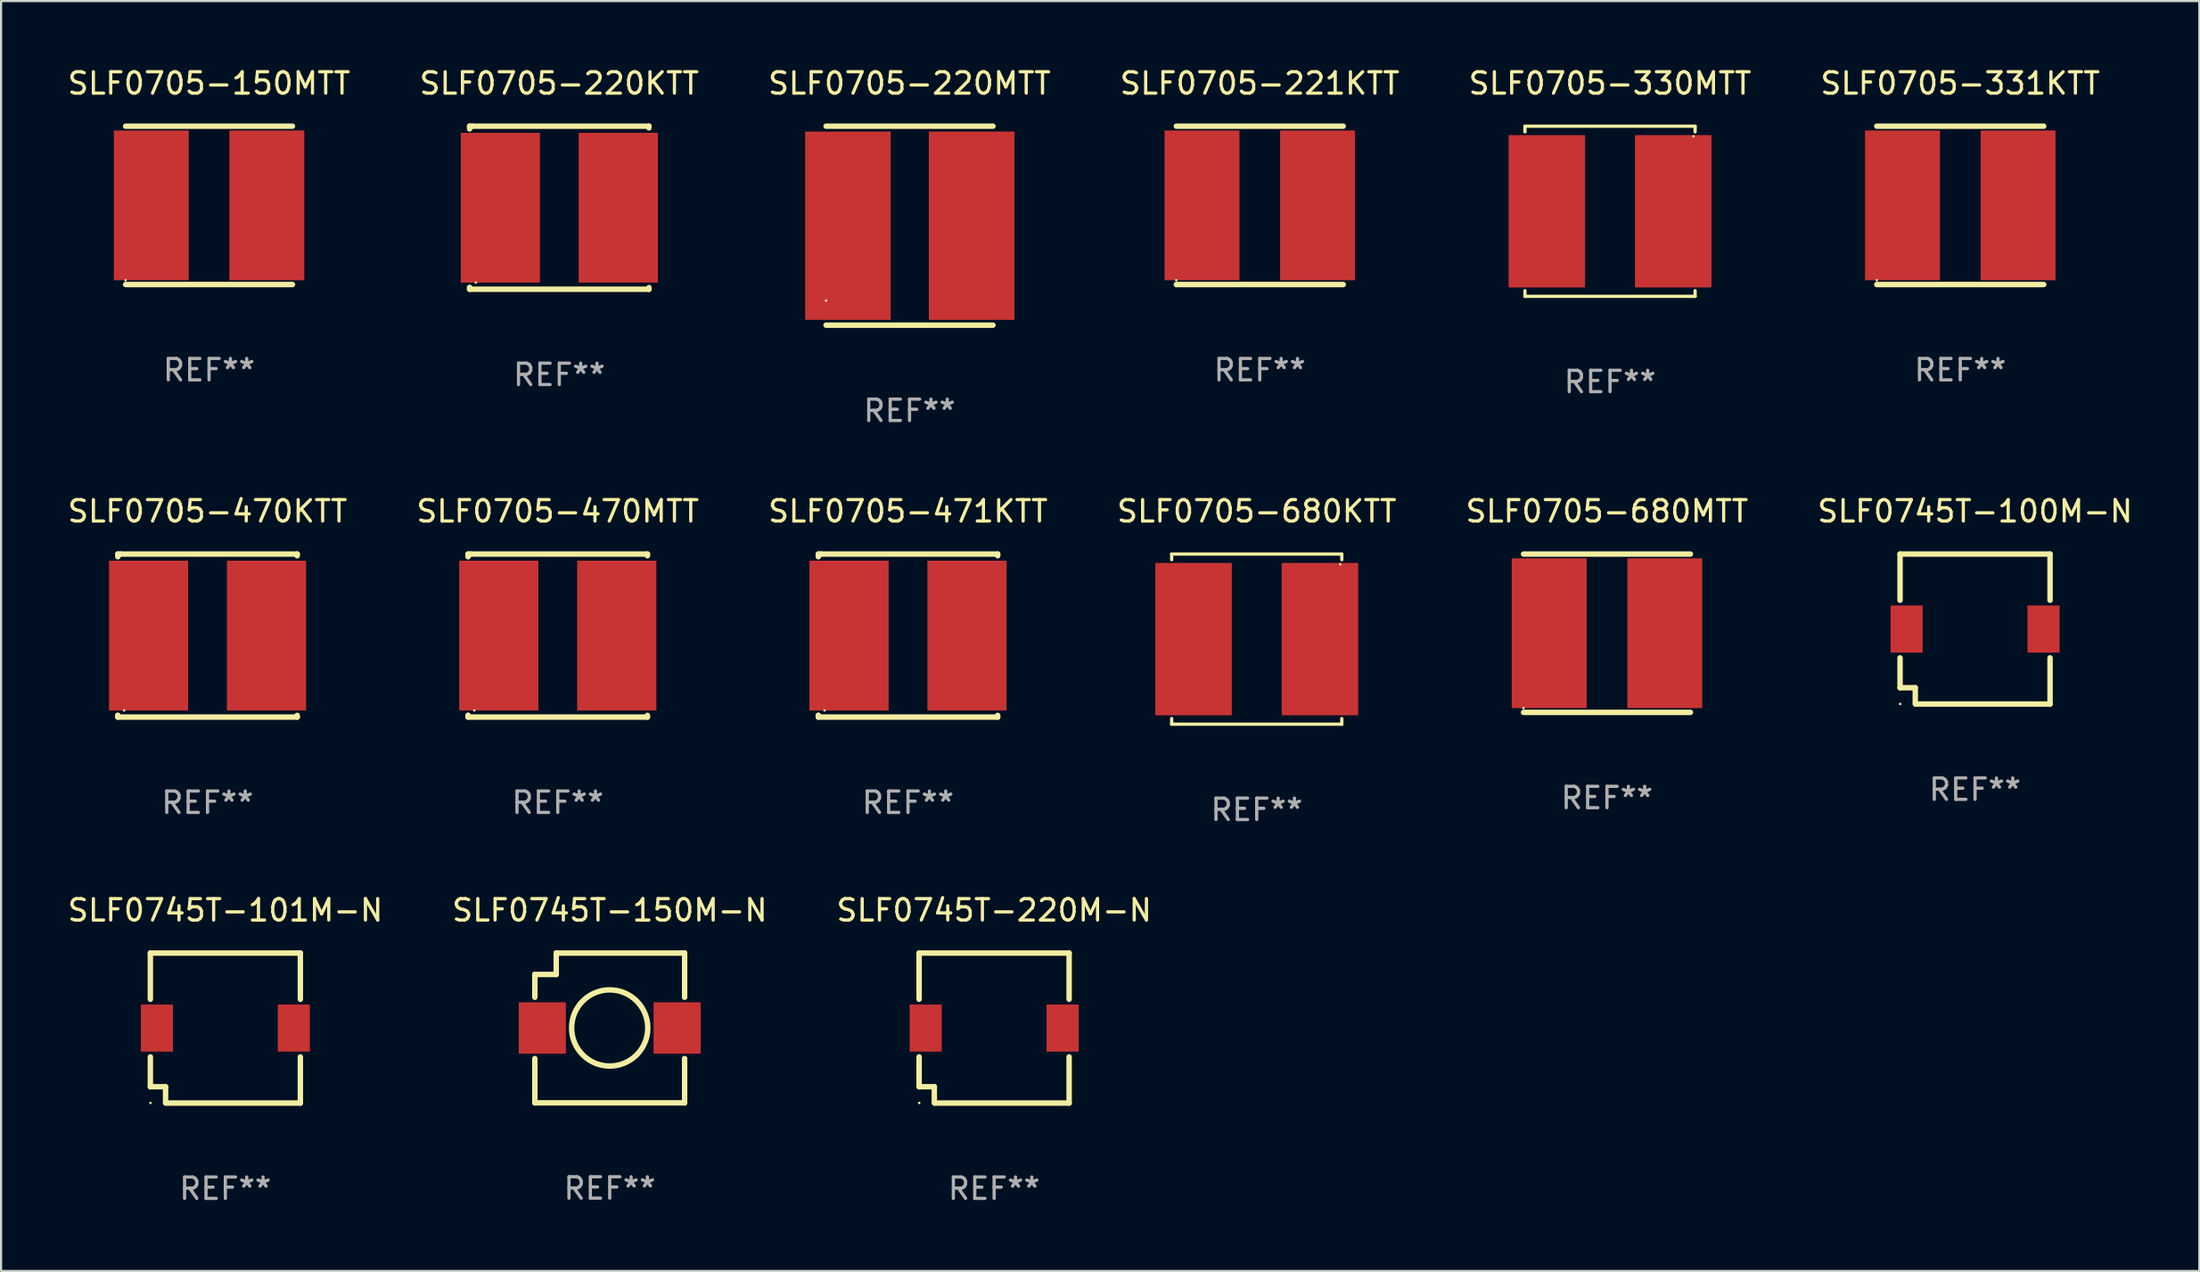
<source format=kicad_pcb>
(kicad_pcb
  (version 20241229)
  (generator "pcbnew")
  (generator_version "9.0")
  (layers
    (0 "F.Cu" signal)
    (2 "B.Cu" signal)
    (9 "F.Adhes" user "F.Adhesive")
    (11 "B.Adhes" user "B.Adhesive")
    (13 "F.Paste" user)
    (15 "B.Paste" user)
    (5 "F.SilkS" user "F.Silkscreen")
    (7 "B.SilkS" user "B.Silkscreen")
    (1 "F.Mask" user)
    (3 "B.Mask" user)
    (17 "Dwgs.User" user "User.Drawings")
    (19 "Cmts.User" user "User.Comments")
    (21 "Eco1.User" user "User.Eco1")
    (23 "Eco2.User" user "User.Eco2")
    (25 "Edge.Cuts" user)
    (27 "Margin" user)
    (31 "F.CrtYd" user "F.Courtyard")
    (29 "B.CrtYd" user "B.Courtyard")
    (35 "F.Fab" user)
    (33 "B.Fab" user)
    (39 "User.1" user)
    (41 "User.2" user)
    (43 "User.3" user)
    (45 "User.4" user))
  (footprint "SLF0705-680KTT"
    (layer "F.Cu")
    (at 55.685 26.821)
    (property "Reference" "SLF0705-680KTT" (at 0 -5.976 0) (layer "F.SilkS") (effects (font (size 1 1) (thickness 0.15))))
    (attr through_hole)
    (fp_line (start -3.976 -3.976) (end 3.976 -3.976) (stroke (width 0.152) (type solid)) (layer "F.SilkS"))
    (fp_line (start -3.976 -3.712) (end -3.976 -3.976) (stroke (width 0.152) (type solid)) (layer "F.SilkS"))
    (fp_line (start -3.976 3.712) (end -3.976 3.976) (stroke (width 0.152) (type solid)) (layer "F.SilkS"))
    (fp_line (start -3.976 3.976) (end 3.976 3.976) (stroke (width 0.152) (type solid)) (layer "F.SilkS"))
    (fp_line (start 3.976 -3.976) (end 3.976 -3.712) (stroke (width 0.152) (type solid)) (layer "F.SilkS"))
    (fp_line (start 3.976 3.976) (end 3.976 3.712) (stroke (width 0.152) (type solid)) (layer "F.SilkS"))
    (fp_circle (center 3.9 -3.5) (end 3.93 -3.5) (stroke (width 0.06) (type solid)) (fill no) (layer "F.SilkS"))
    (fp_text user "REF**" (at 0 7.976 0) (layer "F.Fab") (effects (font (size 1 1) (thickness 0.15))))
    (pad "1" smd rect (at 2.953 0) (size 3.574 7.12) (layers "F.Cu" "F.Mask" "F.Paste"))
    (pad "2" smd rect (at -2.953 0) (size 3.574 7.12) (layers "F.Cu" "F.Mask" "F.Paste")))
  (footprint "SLF0705-330MTT"
    (layer "F.Cu")
    (at 72.196 6.824)
    (property "Reference" "SLF0705-330MTT" (at 0 -5.976 0) (layer "F.SilkS") (effects (font (size 1 1) (thickness 0.15))))
    (attr through_hole)
    (fp_line (start -3.976 -3.976) (end 3.976 -3.976) (stroke (width 0.152) (type solid)) (layer "F.SilkS"))
    (fp_line (start -3.976 -3.712) (end -3.976 -3.976) (stroke (width 0.152) (type solid)) (layer "F.SilkS"))
    (fp_line (start -3.976 3.712) (end -3.976 3.976) (stroke (width 0.152) (type solid)) (layer "F.SilkS"))
    (fp_line (start -3.976 3.976) (end 3.976 3.976) (stroke (width 0.152) (type solid)) (layer "F.SilkS"))
    (fp_line (start 3.976 -3.976) (end 3.976 -3.712) (stroke (width 0.152) (type solid)) (layer "F.SilkS"))
    (fp_line (start 3.976 3.976) (end 3.976 3.712) (stroke (width 0.152) (type solid)) (layer "F.SilkS"))
    (fp_circle (center 3.9 -3.5) (end 3.93 -3.5) (stroke (width 0.06) (type solid)) (fill no) (layer "F.SilkS"))
    (fp_text user "REF**" (at 0 7.976 0) (layer "F.Fab") (effects (font (size 1 1) (thickness 0.15))))
    (pad "1" smd rect (at 2.953 0) (size 3.574 7.12) (layers "F.Cu" "F.Mask" "F.Paste"))
    (pad "2" smd rect (at -2.953 0) (size 3.574 7.12) (layers "F.Cu" "F.Mask" "F.Paste")))
  (footprint "SLF0705-221KTT"
    (layer "F.Cu")
    (at 55.827 6.548)
    (property "Reference" "SLF0705-221KTT" (at 0 -5.7 0) (layer "F.SilkS") (effects (font (size 1 1) (thickness 0.15))))
    (attr through_hole)
    (fp_line (start -3.9 -3.7) (end 3.9 -3.7) (stroke (width 0.254) (type solid)) (layer "F.SilkS"))
    (fp_line (start -3.9 3.7) (end 3.9 3.7) (stroke (width 0.254) (type solid)) (layer "F.SilkS"))
    (fp_circle (center -3.9 3.5) (end -3.87 3.5) (stroke (width 0.06) (type solid)) (fill no) (layer "F.SilkS"))
    (fp_text user "REF**" (at 0 7.7 0) (layer "F.Fab") (effects (font (size 1 1) (thickness 0.15))))
    (pad "1" smd rect (at -2.7 0) (size 3.5 7) (layers "F.Cu" "F.Mask" "F.Paste"))
    (pad "2" smd rect (at 2.7 0) (size 3.5 7) (layers "F.Cu" "F.Mask" "F.Paste")))
  (footprint "SLF0745T-100M-N"
    (layer "F.Cu")
    (at 89.256 26.35)
    (property "Reference" "SLF0745T-100M-N" (at 0 -5.505 0) (layer "F.SilkS") (effects (font (size 1 1) (thickness 0.15))))
    (attr through_hole)
    (fp_line (start -3.505 -3.505) (end 3.505 -3.505) (stroke (width 0.254) (type solid)) (layer "F.SilkS"))
    (fp_line (start -3.505 -1.346) (end -3.505 -3.505) (stroke (width 0.254) (type solid)) (layer "F.SilkS"))
    (fp_line (start -3.505 1.346) (end -3.505 2.743) (stroke (width 0.254) (type solid)) (layer "F.SilkS"))
    (fp_line (start -3.505 2.743) (end -2.794 2.743) (stroke (width 0.254) (type solid)) (layer "F.SilkS"))
    (fp_line (start -2.794 2.743) (end -2.794 3.505) (stroke (width 0.254) (type solid)) (layer "F.SilkS"))
    (fp_line (start -2.743 3.505) (end 3.505 3.505) (stroke (width 0.254) (type solid)) (layer "F.SilkS"))
    (fp_line (start 3.505 -3.505) (end 3.505 -1.346) (stroke (width 0.254) (type solid)) (layer "F.SilkS"))
    (fp_line (start 3.505 3.505) (end 3.505 1.346) (stroke (width 0.254) (type solid)) (layer "F.SilkS"))
    (fp_circle (center -3.499 3.5) (end -3.469 3.5) (stroke (width 0.06) (type solid)) (fill no) (layer "F.SilkS"))
    (fp_text user "REF**" (at 0 7.505 0) (layer "F.Fab") (effects (font (size 1 1) (thickness 0.15))))
    (pad "1" smd rect (at -3.199 0.000127 90) (size 2.2 1.5) (layers "F.Cu" "F.Mask" "F.Paste"))
    (pad "2" smd rect (at 3.201 0.000127 90) (size 2.2 1.5) (layers "F.Cu" "F.Mask" "F.Paste")))
  (footprint "SLF0705-331KTT"
    (layer "F.Cu")
    (at 88.565 6.548)
    (property "Reference" "SLF0705-331KTT" (at 0 -5.7 0) (layer "F.SilkS") (effects (font (size 1 1) (thickness 0.15))))
    (attr through_hole)
    (fp_line (start -3.9 -3.7) (end 3.9 -3.7) (stroke (width 0.254) (type solid)) (layer "F.SilkS"))
    (fp_line (start -3.9 3.7) (end 3.9 3.7) (stroke (width 0.254) (type solid)) (layer "F.SilkS"))
    (fp_circle (center -3.9 3.5) (end -3.87 3.5) (stroke (width 0.06) (type solid)) (fill no) (layer "F.SilkS"))
    (fp_text user "REF**" (at 0 7.7 0) (layer "F.Fab") (effects (font (size 1 1) (thickness 0.15))))
    (pad "1" smd rect (at -2.7 0) (size 3.5 7) (layers "F.Cu" "F.Mask" "F.Paste"))
    (pad "2" smd rect (at 2.7 0) (size 3.5 7) (layers "F.Cu" "F.Mask" "F.Paste")))
  (footprint "SLF0705-150MTT"
    (layer "F.Cu")
    (at 6.72 6.548)
    (property "Reference" "SLF0705-150MTT" (at 0 -5.7 0) (layer "F.SilkS") (effects (font (size 1 1) (thickness 0.15))))
    (attr through_hole)
    (fp_line (start -3.9 -3.7) (end 3.9 -3.7) (stroke (width 0.254) (type solid)) (layer "F.SilkS"))
    (fp_line (start -3.9 3.7) (end 3.9 3.7) (stroke (width 0.254) (type solid)) (layer "F.SilkS"))
    (fp_circle (center -3.9 3.5) (end -3.87 3.5) (stroke (width 0.06) (type solid)) (fill no) (layer "F.SilkS"))
    (fp_text user "REF**" (at 0 7.7 0) (layer "F.Fab") (effects (font (size 1 1) (thickness 0.15))))
    (pad "1" smd rect (at -2.7 0) (size 3.5 7) (layers "F.Cu" "F.Mask" "F.Paste"))
    (pad "2" smd rect (at 2.7 0) (size 3.5 7) (layers "F.Cu" "F.Mask" "F.Paste")))
  (footprint "SLF0745T-101M-N"
    (layer "F.Cu")
    (at 7.482 44.999)
    (property "Reference" "SLF0745T-101M-N" (at 0 -5.505 0) (layer "F.SilkS") (effects (font (size 1 1) (thickness 0.15))))
    (attr through_hole)
    (fp_line (start -3.505 -3.505) (end 3.505 -3.505) (stroke (width 0.254) (type solid)) (layer "F.SilkS"))
    (fp_line (start -3.505 -1.346) (end -3.505 -3.505) (stroke (width 0.254) (type solid)) (layer "F.SilkS"))
    (fp_line (start -3.505 1.346) (end -3.505 2.743) (stroke (width 0.254) (type solid)) (layer "F.SilkS"))
    (fp_line (start -3.505 2.743) (end -2.794 2.743) (stroke (width 0.254) (type solid)) (layer "F.SilkS"))
    (fp_line (start -2.794 2.743) (end -2.794 3.505) (stroke (width 0.254) (type solid)) (layer "F.SilkS"))
    (fp_line (start -2.743 3.505) (end 3.505 3.505) (stroke (width 0.254) (type solid)) (layer "F.SilkS"))
    (fp_line (start 3.505 -3.505) (end 3.505 -1.346) (stroke (width 0.254) (type solid)) (layer "F.SilkS"))
    (fp_line (start 3.505 3.505) (end 3.505 1.346) (stroke (width 0.254) (type solid)) (layer "F.SilkS"))
    (fp_circle (center -3.499 3.5) (end -3.469 3.5) (stroke (width 0.06) (type solid)) (fill no) (layer "F.SilkS"))
    (fp_text user "REF**" (at 0 7.505 0) (layer "F.Fab") (effects (font (size 1 1) (thickness 0.15))))
    (pad "1" smd rect (at -3.199 0.000127 90) (size 2.2 1.5) (layers "F.Cu" "F.Mask" "F.Paste"))
    (pad "2" smd rect (at 3.201 0.000127 90) (size 2.2 1.5) (layers "F.Cu" "F.Mask" "F.Paste")))
  (footprint "SLF0705-470MTT"
    (layer "F.Cu")
    (at 23.018 26.655)
    (property "Reference" "SLF0705-470MTT" (at 0 -5.81 0) (layer "F.SilkS") (effects (font (size 1 1) (thickness 0.15))))
    (attr through_hole)
    (fp_line (start -4.191 3.73) (end -4.191 3.731) (stroke (width 0.254) (type solid)) (layer "F.SilkS"))
    (fp_line (start -4.191 -3.81) (end -4.191 -3.683) (stroke (width 0.254) (type solid)) (layer "F.SilkS"))
    (fp_line (start -4.191 3.81) (end -4.191 3.731) (stroke (width 0.254) (type solid)) (layer "F.SilkS"))
    (fp_line (start -4.064 -3.81) (end -4.191 -3.81) (stroke (width 0.254) (type solid)) (layer "F.SilkS"))
    (fp_line (start -4.064 -3.81) (end 4.191 -3.81) (stroke (width 0.254) (type solid)) (layer "F.SilkS"))
    (fp_line (start 4.191 -3.81) (end 4.191 -3.731) (stroke (width 0.254) (type solid)) (layer "F.SilkS"))
    (fp_line (start 4.191 3.731) (end 4.191 3.81) (stroke (width 0.254) (type solid)) (layer "F.SilkS"))
    (fp_line (start 4.191 3.81) (end -4.191 3.81) (stroke (width 0.254) (type solid)) (layer "F.SilkS"))
    (fp_circle (center -3.9 3.5) (end -3.87 3.5) (stroke (width 0.06) (type solid)) (fill no) (layer "F.SilkS"))
    (fp_text user "REF**" (at 0 7.81 0) (layer "F.Fab") (effects (font (size 1 1) (thickness 0.15))))
    (pad "1" smd rect (at -2.756 0) (size 3.7 7) (layers "F.Cu" "F.Mask" "F.Paste"))
    (pad "2" smd rect (at 2.756 0) (size 3.7 7) (layers "F.Cu" "F.Mask" "F.Paste")))
  (footprint "SLF0705-220MTT"
    (layer "F.Cu")
    (at 39.458 7.498)
    (property "Reference" "SLF0705-220MTT" (at 0 -6.65 0) (layer "F.SilkS") (effects (font (size 1 1) (thickness 0.15))))
    (attr through_hole)
    (fp_line (start -3.9 -4.65) (end 3.9 -4.65) (stroke (width 0.254) (type solid)) (layer "F.SilkS"))
    (fp_line (start -3.9 4.65) (end 3.9 4.65) (stroke (width 0.254) (type solid)) (layer "F.SilkS"))
    (fp_circle (center -3.9 3.5) (end -3.87 3.5) (stroke (width 0.06) (type solid)) (fill no) (layer "F.SilkS"))
    (fp_text user "REF**" (at 0 8.65 0) (layer "F.Fab") (effects (font (size 1 1) (thickness 0.15))))
    (pad "1" smd rect (at -2.879 0) (size 4 8.8) (layers "F.Cu" "F.Mask" "F.Paste"))
    (pad "2" smd rect (at 2.902 0) (size 4 8.8) (layers "F.Cu" "F.Mask" "F.Paste")))
  (footprint "SLF0745T-220M-N"
    (layer "F.Cu")
    (at 43.411 44.999)
    (property "Reference" "SLF0745T-220M-N" (at 0 -5.505 0) (layer "F.SilkS") (effects (font (size 1 1) (thickness 0.15))))
    (attr through_hole)
    (fp_line (start -3.505 -3.505) (end 3.505 -3.505) (stroke (width 0.254) (type solid)) (layer "F.SilkS"))
    (fp_line (start -3.505 -1.346) (end -3.505 -3.505) (stroke (width 0.254) (type solid)) (layer "F.SilkS"))
    (fp_line (start -3.505 1.346) (end -3.505 2.743) (stroke (width 0.254) (type solid)) (layer "F.SilkS"))
    (fp_line (start -3.505 2.743) (end -2.794 2.743) (stroke (width 0.254) (type solid)) (layer "F.SilkS"))
    (fp_line (start -2.794 2.743) (end -2.794 3.505) (stroke (width 0.254) (type solid)) (layer "F.SilkS"))
    (fp_line (start -2.743 3.505) (end 3.505 3.505) (stroke (width 0.254) (type solid)) (layer "F.SilkS"))
    (fp_line (start 3.505 -3.505) (end 3.505 -1.346) (stroke (width 0.254) (type solid)) (layer "F.SilkS"))
    (fp_line (start 3.505 3.505) (end 3.505 1.346) (stroke (width 0.254) (type solid)) (layer "F.SilkS"))
    (fp_circle (center -3.499 3.5) (end -3.469 3.5) (stroke (width 0.06) (type solid)) (fill no) (layer "F.SilkS"))
    (fp_text user "REF**" (at 0 7.505 0) (layer "F.Fab") (effects (font (size 1 1) (thickness 0.15))))
    (pad "1" smd rect (at -3.199 0.000127 90) (size 2.2 1.5) (layers "F.Cu" "F.Mask" "F.Paste"))
    (pad "2" smd rect (at 3.201 0.000127 90) (size 2.2 1.5) (layers "F.Cu" "F.Mask" "F.Paste")))
  (footprint "SLF0705-220KTT"
    (layer "F.Cu")
    (at 23.089 6.658)
    (property "Reference" "SLF0705-220KTT" (at 0 -5.81 0) (layer "F.SilkS") (effects (font (size 1 1) (thickness 0.15))))
    (attr through_hole)
    (fp_line (start -4.191 3.73) (end -4.191 3.731) (stroke (width 0.254) (type solid)) (layer "F.SilkS"))
    (fp_line (start -4.191 -3.81) (end -4.191 -3.683) (stroke (width 0.254) (type solid)) (layer "F.SilkS"))
    (fp_line (start -4.191 3.81) (end -4.191 3.731) (stroke (width 0.254) (type solid)) (layer "F.SilkS"))
    (fp_line (start -4.064 -3.81) (end -4.191 -3.81) (stroke (width 0.254) (type solid)) (layer "F.SilkS"))
    (fp_line (start -4.064 -3.81) (end 4.191 -3.81) (stroke (width 0.254) (type solid)) (layer "F.SilkS"))
    (fp_line (start 4.191 -3.81) (end 4.191 -3.731) (stroke (width 0.254) (type solid)) (layer "F.SilkS"))
    (fp_line (start 4.191 3.731) (end 4.191 3.81) (stroke (width 0.254) (type solid)) (layer "F.SilkS"))
    (fp_line (start 4.191 3.81) (end -4.191 3.81) (stroke (width 0.254) (type solid)) (layer "F.SilkS"))
    (fp_circle (center -3.9 3.5) (end -3.87 3.5) (stroke (width 0.06) (type solid)) (fill no) (layer "F.SilkS"))
    (fp_text user "REF**" (at 0 7.81 0) (layer "F.Fab") (effects (font (size 1 1) (thickness 0.15))))
    (pad "1" smd rect (at -2.756 0) (size 3.7 7) (layers "F.Cu" "F.Mask" "F.Paste"))
    (pad "2" smd rect (at 2.756 0) (size 3.7 7) (layers "F.Cu" "F.Mask" "F.Paste")))
  (footprint "SLF0705-680MTT"
    (layer "F.Cu")
    (at 72.054 26.545)
    (property "Reference" "SLF0705-680MTT" (at 0 -5.7 0) (layer "F.SilkS") (effects (font (size 1 1) (thickness 0.15))))
    (attr through_hole)
    (fp_line (start -3.9 -3.7) (end 3.9 -3.7) (stroke (width 0.254) (type solid)) (layer "F.SilkS"))
    (fp_line (start -3.9 3.7) (end 3.9 3.7) (stroke (width 0.254) (type solid)) (layer "F.SilkS"))
    (fp_circle (center -3.9 3.5) (end -3.87 3.5) (stroke (width 0.06) (type solid)) (fill no) (layer "F.SilkS"))
    (fp_text user "REF**" (at 0 7.7 0) (layer "F.Fab") (effects (font (size 1 1) (thickness 0.15))))
    (pad "1" smd rect (at -2.7 0) (size 3.5 7) (layers "F.Cu" "F.Mask" "F.Paste"))
    (pad "2" smd rect (at 2.7 0) (size 3.5 7) (layers "F.Cu" "F.Mask" "F.Paste")))
  (footprint "SLF0745T-150M-N"
    (layer "F.Cu")
    (at 25.446 44.994)
    (property "Reference" "SLF0745T-150M-N" (at 0 -5.5 0) (layer "F.SilkS") (effects (font (size 1 1) (thickness 0.15))))
    (attr through_hole)
    (fp_line (start -3.5 -2.5) (end -3.5 -1.431) (stroke (width 0.254) (type solid)) (layer "F.SilkS"))
    (fp_line (start -3.5 1.431) (end -3.5 3.5) (stroke (width 0.254) (type solid)) (layer "F.SilkS"))
    (fp_line (start -3.5 3.5) (end 3.5 3.5) (stroke (width 0.254) (type solid)) (layer "F.SilkS"))
    (fp_line (start -2.5 -3.5) (end -2.5 -2.5) (stroke (width 0.254) (type solid)) (layer "F.SilkS"))
    (fp_line (start -2.5 -2.5) (end -3.5 -2.5) (stroke (width 0.254) (type solid)) (layer "F.SilkS"))
    (fp_line (start 3.5 -3.5) (end -2.5 -3.5) (stroke (width 0.254) (type solid)) (layer "F.SilkS"))
    (fp_line (start 3.5 -1.431) (end 3.5 -3.5) (stroke (width 0.254) (type solid)) (layer "F.SilkS"))
    (fp_line (start 3.5 3.5) (end 3.5 1.431) (stroke (width 0.254) (type solid)) (layer "F.SilkS"))
    (fp_circle (center -3.5 3.5) (end -3.47 3.5) (stroke (width 0.06) (type solid)) (fill no) (layer "F.SilkS"))
    (fp_circle (center -0.000127 0) (end 1.78 0) (stroke (width 0.254) (type solid)) (fill no) (layer "F.SilkS"))
    (fp_text user "REF**" (at 0 7.5 0) (layer "F.Fab") (effects (font (size 1 1) (thickness 0.15))))
    (pad "1" smd rect (at -3.15 0) (size 2.2 2.4) (layers "F.Cu" "F.Mask" "F.Paste"))
    (pad "2" smd rect (at 3.15 0) (size 2.2 2.4) (layers "F.Cu" "F.Mask" "F.Paste")))
  (footprint "SLF0705-471KTT"
    (layer "F.Cu")
    (at 39.387 26.655)
    (property "Reference" "SLF0705-471KTT" (at 0 -5.81 0) (layer "F.SilkS") (effects (font (size 1 1) (thickness 0.15))))
    (attr through_hole)
    (fp_line (start -4.191 3.73) (end -4.191 3.731) (stroke (width 0.254) (type solid)) (layer "F.SilkS"))
    (fp_line (start -4.191 -3.81) (end -4.191 -3.683) (stroke (width 0.254) (type solid)) (layer "F.SilkS"))
    (fp_line (start -4.191 3.81) (end -4.191 3.731) (stroke (width 0.254) (type solid)) (layer "F.SilkS"))
    (fp_line (start -4.064 -3.81) (end -4.191 -3.81) (stroke (width 0.254) (type solid)) (layer "F.SilkS"))
    (fp_line (start -4.064 -3.81) (end 4.191 -3.81) (stroke (width 0.254) (type solid)) (layer "F.SilkS"))
    (fp_line (start 4.191 -3.81) (end 4.191 -3.731) (stroke (width 0.254) (type solid)) (layer "F.SilkS"))
    (fp_line (start 4.191 3.731) (end 4.191 3.81) (stroke (width 0.254) (type solid)) (layer "F.SilkS"))
    (fp_line (start 4.191 3.81) (end -4.191 3.81) (stroke (width 0.254) (type solid)) (layer "F.SilkS"))
    (fp_circle (center -3.9 3.5) (end -3.87 3.5) (stroke (width 0.06) (type solid)) (fill no) (layer "F.SilkS"))
    (fp_text user "REF**" (at 0 7.81 0) (layer "F.Fab") (effects (font (size 1 1) (thickness 0.15))))
    (pad "1" smd rect (at -2.756 0) (size 3.7 7) (layers "F.Cu" "F.Mask" "F.Paste"))
    (pad "2" smd rect (at 2.756 0) (size 3.7 7) (layers "F.Cu" "F.Mask" "F.Paste")))
  (footprint "SLF0705-470KTT"
    (layer "F.Cu")
    (at 6.649 26.655)
    (property "Reference" "SLF0705-470KTT" (at 0 -5.81 0) (layer "F.SilkS") (effects (font (size 1 1) (thickness 0.15))))
    (attr through_hole)
    (fp_line (start -4.191 3.73) (end -4.191 3.731) (stroke (width 0.254) (type solid)) (layer "F.SilkS"))
    (fp_line (start -4.191 -3.81) (end -4.191 -3.683) (stroke (width 0.254) (type solid)) (layer "F.SilkS"))
    (fp_line (start -4.191 3.81) (end -4.191 3.731) (stroke (width 0.254) (type solid)) (layer "F.SilkS"))
    (fp_line (start -4.064 -3.81) (end -4.191 -3.81) (stroke (width 0.254) (type solid)) (layer "F.SilkS"))
    (fp_line (start -4.064 -3.81) (end 4.191 -3.81) (stroke (width 0.254) (type solid)) (layer "F.SilkS"))
    (fp_line (start 4.191 -3.81) (end 4.191 -3.731) (stroke (width 0.254) (type solid)) (layer "F.SilkS"))
    (fp_line (start 4.191 3.731) (end 4.191 3.81) (stroke (width 0.254) (type solid)) (layer "F.SilkS"))
    (fp_line (start 4.191 3.81) (end -4.191 3.81) (stroke (width 0.254) (type solid)) (layer "F.SilkS"))
    (fp_circle (center -3.9 3.5) (end -3.87 3.5) (stroke (width 0.06) (type solid)) (fill no) (layer "F.SilkS"))
    (fp_text user "REF**" (at 0 7.81 0) (layer "F.Fab") (effects (font (size 1 1) (thickness 0.15))))
    (pad "1" smd rect (at -2.756 0) (size 3.7 7) (layers "F.Cu" "F.Mask" "F.Paste"))
    (pad "2" smd rect (at 2.756 0) (size 3.7 7) (layers "F.Cu" "F.Mask" "F.Paste")))
  (gr_rect
    (start -3 -3)
    (end 99.738 56.352)
    (stroke (width 0.1) (type default))
    (fill no)
    (layer "Edge.Cuts")))
</source>
